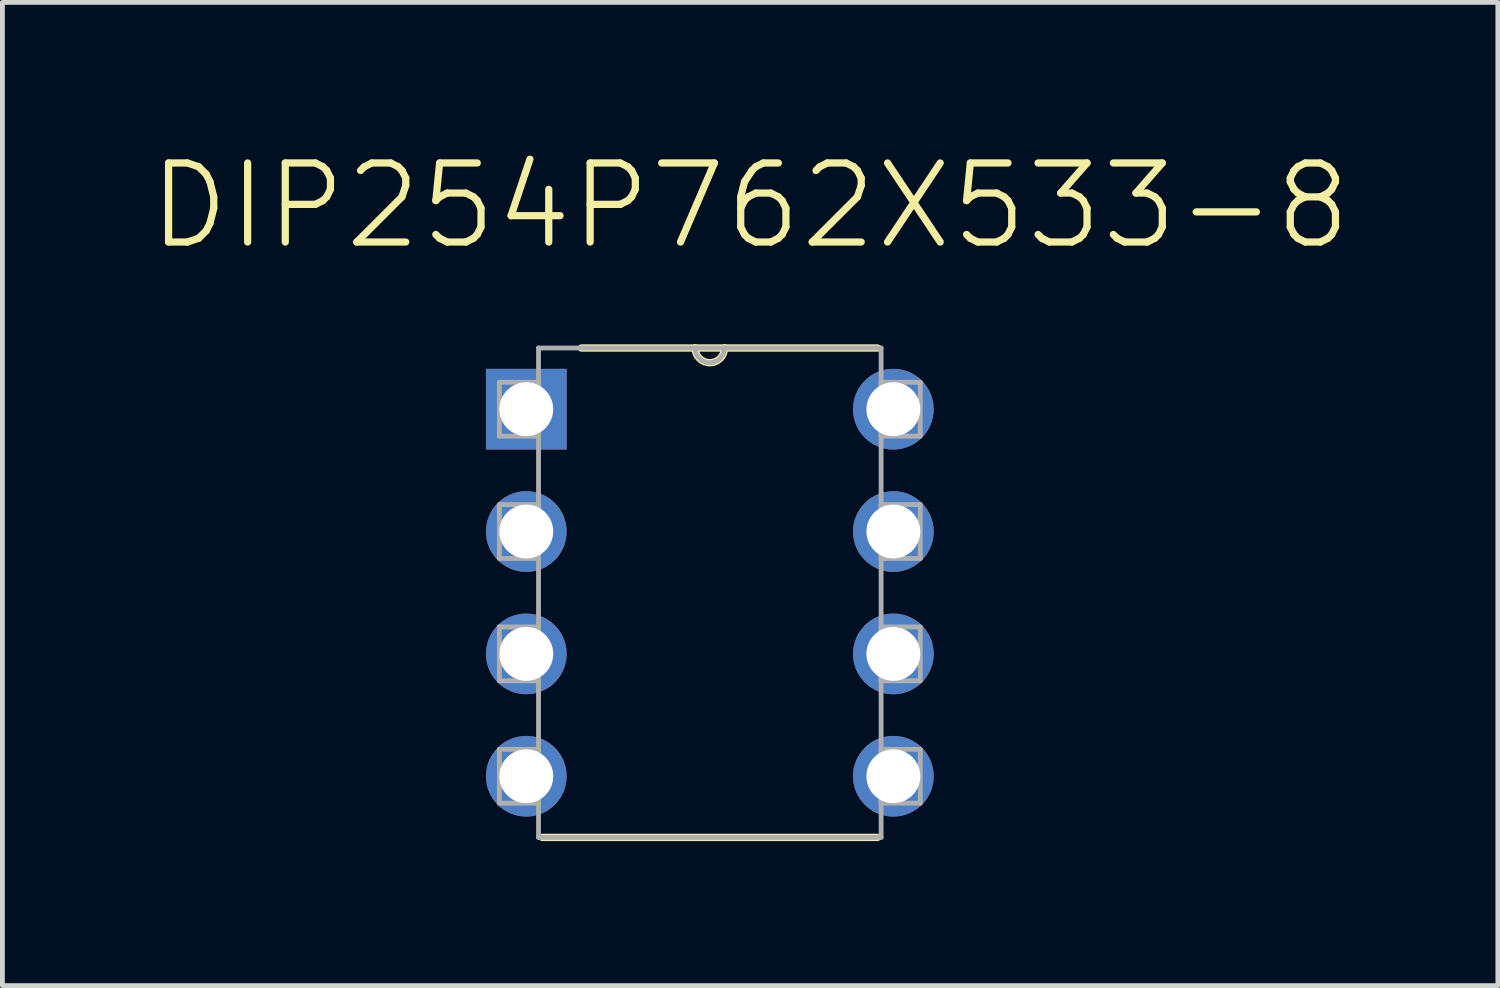
<source format=kicad_pcb>
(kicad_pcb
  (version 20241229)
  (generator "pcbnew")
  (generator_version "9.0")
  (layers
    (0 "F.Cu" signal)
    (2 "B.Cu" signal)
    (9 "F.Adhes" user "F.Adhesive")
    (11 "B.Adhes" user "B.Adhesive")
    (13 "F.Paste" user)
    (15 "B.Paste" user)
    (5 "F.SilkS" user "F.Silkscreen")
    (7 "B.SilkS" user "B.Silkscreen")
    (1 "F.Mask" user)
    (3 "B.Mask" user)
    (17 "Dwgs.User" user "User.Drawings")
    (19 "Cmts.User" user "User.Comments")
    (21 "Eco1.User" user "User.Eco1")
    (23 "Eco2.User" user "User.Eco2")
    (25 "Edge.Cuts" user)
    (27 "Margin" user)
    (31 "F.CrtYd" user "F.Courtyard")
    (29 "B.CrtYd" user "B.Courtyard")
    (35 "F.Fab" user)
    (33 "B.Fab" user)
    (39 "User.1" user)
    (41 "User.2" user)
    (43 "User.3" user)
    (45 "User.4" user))
  (footprint "DIP254P762X533-8"
    (layer "F.Cu")
    (at 15.496 13.065)
    (property "Reference" "DIP254P762X533-8" (at -2.973 -11.842 0) (layer "F.SilkS") (effects (font (size 1.641 1.641) (thickness 0.15))))
    (attr through_hole)
    (fp_line (start -7.29 1.27) (end -0.33 1.27) (stroke (width 0.152) (type solid)) (layer "F.SilkS"))
    (fp_line (start -4.115 -8.89) (end -6.477 -8.89) (stroke (width 0.152) (type solid)) (layer "F.SilkS"))
    (fp_line (start -3.505 -8.89) (end -4.115 -8.89) (stroke (width 0.152) (type solid)) (layer "F.SilkS"))
    (fp_line (start -0.33 -8.89) (end -3.505 -8.89) (stroke (width 0.152) (type solid)) (layer "F.SilkS"))
    (fp_arc (start -3.5052 -8.89) (mid -3.81 -8.5852) (end -4.1148 -8.89) (stroke (width 0.1524) (type solid)) (layer "F.SilkS"))
    (fp_line (start -8.179 -8.179) (end -8.179 -7.061) (stroke (width 0.1) (type solid)) (layer "F.Fab"))
    (fp_line (start -8.179 -7.061) (end -7.366 -7.061) (stroke (width 0.1) (type solid)) (layer "F.Fab"))
    (fp_line (start -8.179 -5.639) (end -8.179 -4.521) (stroke (width 0.1) (type solid)) (layer "F.Fab"))
    (fp_line (start -8.179 -4.521) (end -7.366 -4.521) (stroke (width 0.1) (type solid)) (layer "F.Fab"))
    (fp_line (start -8.179 -3.099) (end -8.179 -1.981) (stroke (width 0.1) (type solid)) (layer "F.Fab"))
    (fp_line (start -8.179 -1.981) (end -7.366 -1.981) (stroke (width 0.1) (type solid)) (layer "F.Fab"))
    (fp_line (start -8.179 -0.559) (end -8.179 0.559) (stroke (width 0.1) (type solid)) (layer "F.Fab"))
    (fp_line (start -8.179 0.559) (end -7.366 0.559) (stroke (width 0.1) (type solid)) (layer "F.Fab"))
    (fp_line (start -7.366 -8.89) (end -7.366 1.27) (stroke (width 0.1) (type solid)) (layer "F.Fab"))
    (fp_line (start -7.366 -8.179) (end -8.179 -8.179) (stroke (width 0.1) (type solid)) (layer "F.Fab"))
    (fp_line (start -7.366 -7.061) (end -7.366 -8.179) (stroke (width 0.1) (type solid)) (layer "F.Fab"))
    (fp_line (start -7.366 -5.639) (end -8.179 -5.639) (stroke (width 0.1) (type solid)) (layer "F.Fab"))
    (fp_line (start -7.366 -4.521) (end -7.366 -5.639) (stroke (width 0.1) (type solid)) (layer "F.Fab"))
    (fp_line (start -7.366 -3.099) (end -8.179 -3.099) (stroke (width 0.1) (type solid)) (layer "F.Fab"))
    (fp_line (start -7.366 -1.981) (end -7.366 -3.099) (stroke (width 0.1) (type solid)) (layer "F.Fab"))
    (fp_line (start -7.366 -0.559) (end -8.179 -0.559) (stroke (width 0.1) (type solid)) (layer "F.Fab"))
    (fp_line (start -7.366 0.559) (end -7.366 -0.559) (stroke (width 0.1) (type solid)) (layer "F.Fab"))
    (fp_line (start -7.366 1.27) (end -0.254 1.27) (stroke (width 0.1) (type solid)) (layer "F.Fab"))
    (fp_line (start -4.115 -8.89) (end -7.366 -8.89) (stroke (width 0.1) (type solid)) (layer "F.Fab"))
    (fp_line (start -3.505 -8.89) (end -4.115 -8.89) (stroke (width 0.1) (type solid)) (layer "F.Fab"))
    (fp_line (start -0.254 -8.89) (end -3.505 -8.89) (stroke (width 0.1) (type solid)) (layer "F.Fab"))
    (fp_line (start -0.254 -8.179) (end -0.254 -7.061) (stroke (width 0.1) (type solid)) (layer "F.Fab"))
    (fp_line (start -0.254 -7.061) (end 0.559 -7.061) (stroke (width 0.1) (type solid)) (layer "F.Fab"))
    (fp_line (start -0.254 -5.639) (end -0.254 -4.521) (stroke (width 0.1) (type solid)) (layer "F.Fab"))
    (fp_line (start -0.254 -4.521) (end 0.559 -4.521) (stroke (width 0.1) (type solid)) (layer "F.Fab"))
    (fp_line (start -0.254 -3.099) (end -0.254 -1.981) (stroke (width 0.1) (type solid)) (layer "F.Fab"))
    (fp_line (start -0.254 -1.981) (end 0.559 -1.981) (stroke (width 0.1) (type solid)) (layer "F.Fab"))
    (fp_line (start -0.254 -0.559) (end -0.254 0.559) (stroke (width 0.1) (type solid)) (layer "F.Fab"))
    (fp_line (start -0.254 0.559) (end 0.559 0.559) (stroke (width 0.1) (type solid)) (layer "F.Fab"))
    (fp_line (start -0.254 1.27) (end -0.254 -8.89) (stroke (width 0.1) (type solid)) (layer "F.Fab"))
    (fp_line (start 0.559 -8.179) (end -0.254 -8.179) (stroke (width 0.1) (type solid)) (layer "F.Fab"))
    (fp_line (start 0.559 -7.061) (end 0.559 -8.179) (stroke (width 0.1) (type solid)) (layer "F.Fab"))
    (fp_line (start 0.559 -5.639) (end -0.254 -5.639) (stroke (width 0.1) (type solid)) (layer "F.Fab"))
    (fp_line (start 0.559 -4.521) (end 0.559 -5.639) (stroke (width 0.1) (type solid)) (layer "F.Fab"))
    (fp_line (start 0.559 -3.099) (end -0.254 -3.099) (stroke (width 0.1) (type solid)) (layer "F.Fab"))
    (fp_line (start 0.559 -1.981) (end 0.559 -3.099) (stroke (width 0.1) (type solid)) (layer "F.Fab"))
    (fp_line (start 0.559 -0.559) (end -0.254 -0.559) (stroke (width 0.1) (type solid)) (layer "F.Fab"))
    (fp_line (start 0.559 0.559) (end 0.559 -0.559) (stroke (width 0.1) (type solid)) (layer "F.Fab"))
    (fp_arc (start -3.5052 -8.89) (mid -3.81 -8.5852) (end -4.1148 -8.89) (stroke (width 0.1) (type solid)) (layer "F.Fab"))
    (pad "1" thru_hole rect (at -7.62 -7.62) (size 1.676 1.676) (drill 1.118) (layers "*.Cu" "*.Mask"))
    (pad "2" thru_hole circle (at -7.62 -5.08) (size 1.676 1.676) (drill 1.118) (layers "*.Cu" "*.Mask"))
    (pad "3" thru_hole circle (at -7.62 -2.54) (size 1.676 1.676) (drill 1.118) (layers "*.Cu" "*.Mask"))
    (pad "4" thru_hole circle (at -7.62 0) (size 1.676 1.676) (drill 1.118) (layers "*.Cu" "*.Mask"))
    (pad "5" thru_hole circle (at 0 0) (size 1.676 1.676) (drill 1.118) (layers "*.Cu" "*.Mask"))
    (pad "6" thru_hole circle (at 0 -2.54) (size 1.676 1.676) (drill 1.118) (layers "*.Cu" "*.Mask"))
    (pad "7" thru_hole circle (at 0 -5.08) (size 1.676 1.676) (drill 1.118) (layers "*.Cu" "*.Mask"))
    (pad "8" thru_hole circle (at 0 -7.62) (size 1.676 1.676) (drill 1.118) (layers "*.Cu" "*.Mask")))
  (gr_rect
    (start -3 -3)
    (end 28.046 17.412)
    (stroke (width 0.1) (type default))
    (fill no)
    (layer "Edge.Cuts")))
</source>
